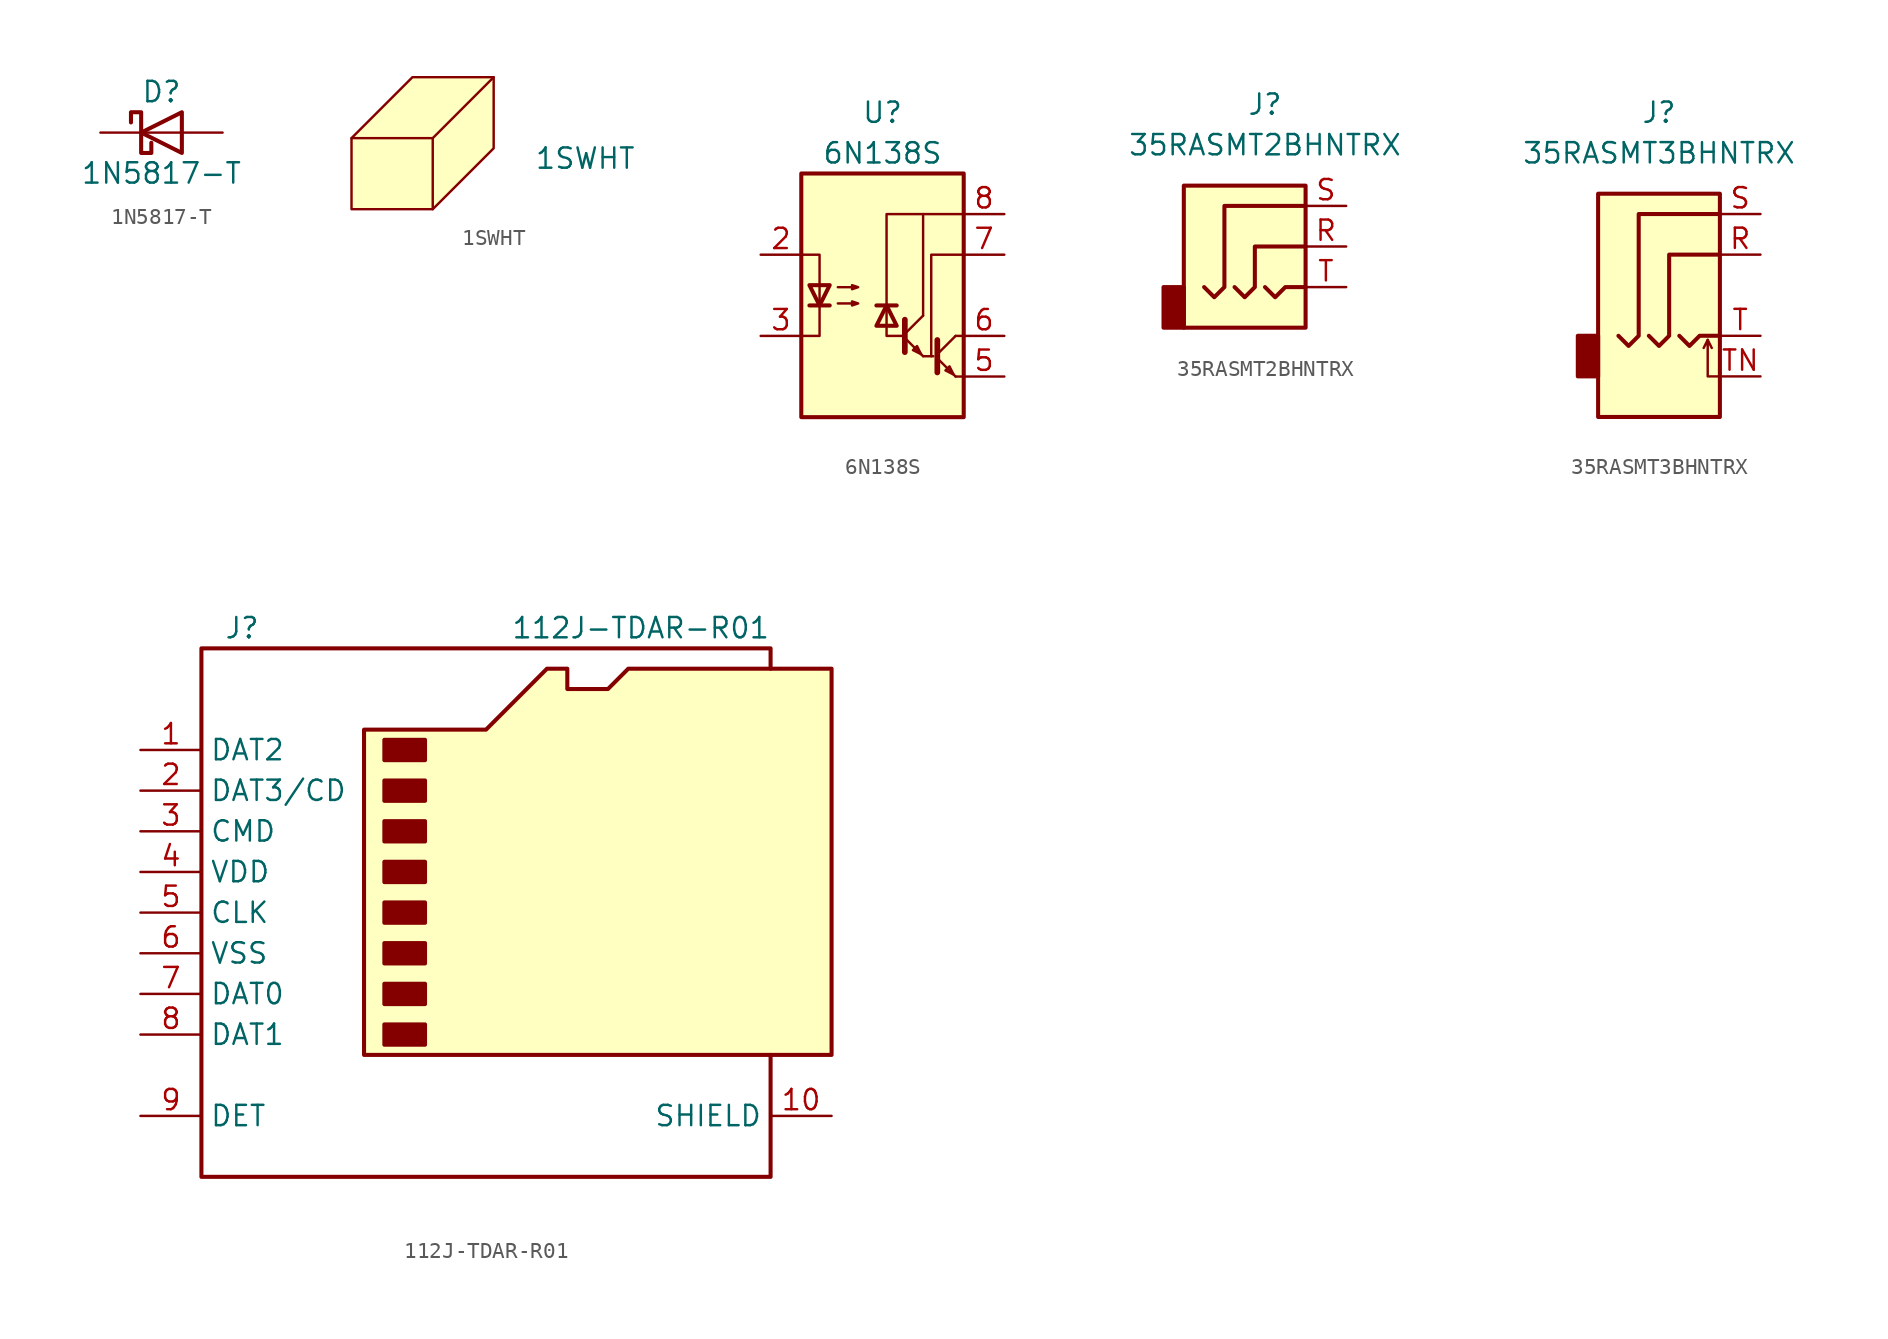
<source format=kicad_sym>
(kicad_symbol_lib
  (version 20220914)
  (generator kicad_symbol_editor)
  (symbol "1N5817-T"
    (pin_numbers hide)
    (pin_names
      (offset 1.016) hide)
    (property "Reference" "D"
      (at 0 2.54 0)
      (effects (font (size 1.27 1.27))))
    (property "Value" "1N5817-T"
      (at 0 -2.54 0)
      (effects (font (size 1.27 1.27))))
    (symbol "1N5817-T_0_1"
      (polyline (pts (xy 1.27 0) (xy -1.27 0)) (stroke (width 0) (type default)) (fill (type none)))
      (polyline (pts (xy 1.27 1.27) (xy 1.27 -1.27) (xy -1.27 0) (xy 1.27 1.27)) (stroke (width 0.254) (type default)) (fill (type none)))
      (polyline (pts (xy -1.905 0.635) (xy -1.905 1.27) (xy -1.27 1.27) (xy -1.27 -1.27) (xy -0.635 -1.27) (xy -0.635 -0.635)) (stroke (width 0.254) (type default)) (fill (type none))))
    (symbol "1N5817-T_1_1"
      (pin passive line (at -3.81 0 0) (length 2.54) (name "K" (effects (font (size 1.27 1.27)))) (number "1" (effects (font (size 1.27 1.27)))))
      (pin passive line (at 3.81 0 180) (length 2.54) (name "A" (effects (font (size 1.27 1.27)))) (number "2" (effects (font (size 1.27 1.27)))))))
  (symbol "1SWHT"
    (pin_numbers hide)
    (pin_names
      (offset 0) hide)
    (property "Reference" "BC"
      (at 3.81 0 0)
      (effects (font (size 1.27 1.27)) (justify left) hide))
    (property "Value" "1SWHT"
      (at 3.81 -1.905 0)
      (effects (font (size 1.27 1.27)) (justify left)))
    (symbol "1SWHT_0_1"
      (polyline (pts (xy -2.54 -0.635) (xy -2.54 -5.08)) (stroke (width 0) (type default)) (fill (type none)))
      (polyline (pts (xy -7.62 -0.635) (xy -2.54 -0.635) (xy 1.27 3.175)) (stroke (width 0) (type default)) (fill (type none)))
      (polyline (pts (xy -7.62 -0.635) (xy -7.62 -5.08) (xy -2.54 -5.08) (xy 1.27 -1.27) (xy 1.27 3.175) (xy -3.81 3.175) (xy -7.62 -0.635)) (stroke (width 0) (type default)) (fill (type background)))))
  (symbol "6N138S"
    (pin_names
      (offset 1.016) hide)
    (property "Reference" "U"
      (at 0 11.43 0)
      (effects (font (size 1.27 1.27))))
    (property "Value" "6N138S"
      (at 0 8.89 0)
      (effects (font (size 1.27 1.27))))
    (symbol "6N138S_0_1"
      (rectangle (start -5.08 7.62) (end 5.08 -7.62) (stroke (width 0.254) (type default)) (fill (type background)))
      (polyline (pts (xy -4.572 -0.635) (xy -3.302 -0.635)) (stroke (width 0.254) (type default)) (fill (type none)))
      (polyline (pts (xy 0.889 -0.635) (xy -0.381 -0.635)) (stroke (width 0.254) (type default)) (fill (type none)))
      (polyline (pts (xy 1.397 -2.667) (xy 2.54 -3.81)) (stroke (width 0) (type default)) (fill (type none)))
      (polyline (pts (xy 1.397 -2.413) (xy 2.54 -1.27)) (stroke (width 0) (type default)) (fill (type none)))
      (polyline (pts (xy 2.54 -3.81) (xy 3.175 -3.81)) (stroke (width 0) (type default)) (fill (type none)))
      (polyline (pts (xy 3.429 -3.937) (xy 4.572 -5.08)) (stroke (width 0) (type default)) (fill (type none)))
      (polyline (pts (xy 3.429 -3.683) (xy 4.572 -2.54)) (stroke (width 0) (type default)) (fill (type none)))
      (polyline (pts (xy 4.572 -5.08) (xy 5.08 -5.08)) (stroke (width 0) (type default)) (fill (type none)))
      (polyline (pts (xy 4.572 -2.54) (xy 5.08 -2.54)) (stroke (width 0) (type default)) (fill (type none)))
      (polyline (pts (xy 1.397 -1.524) (xy 1.397 -3.556) (xy 1.397 -3.556)) (stroke (width 0.356) (type default)) (fill (type none)))
      (polyline (pts (xy 2.54 -1.27) (xy 2.54 5.08) (xy 5.08 5.08)) (stroke (width 0) (type default)) (fill (type none)))
      (polyline (pts (xy 3.429 -2.794) (xy 3.429 -4.826) (xy 3.429 -4.826)) (stroke (width 0.356) (type default)) (fill (type none)))
      (polyline (pts (xy 5.08 2.54) (xy 3.048 2.54) (xy 3.048 -3.81)) (stroke (width 0) (type default)) (fill (type none)))
      (polyline (pts (xy -5.08 -2.54) (xy -3.937 -2.54) (xy -3.937 2.54) (xy -5.08 2.54)) (stroke (width 0) (type default)) (fill (type none)))
      (polyline (pts (xy -3.937 -0.635) (xy -4.572 0.635) (xy -3.302 0.635) (xy -3.937 -0.635)) (stroke (width 0.254) (type default)) (fill (type none)))
      (polyline (pts (xy 0.254 -0.635) (xy 0.889 -1.905) (xy -0.381 -1.905) (xy 0.254 -0.635)) (stroke (width 0.254) (type default)) (fill (type none)))
      (polyline (pts (xy 1.27 -2.54) (xy 0.254 -2.54) (xy 0.254 5.08) (xy 2.54 5.08)) (stroke (width 0) (type default)) (fill (type none)))
      (polyline (pts (xy 2.413 -3.683) (xy 2.159 -3.175) (xy 1.905 -3.429) (xy 2.413 -3.683)) (stroke (width 0) (type default)) (fill (type none)))
      (polyline (pts (xy 4.445 -4.953) (xy 4.191 -4.445) (xy 3.937 -4.699) (xy 4.445 -4.953)) (stroke (width 0) (type default)) (fill (type none)))
      (polyline (pts (xy -2.794 -0.508) (xy -1.524 -0.508) (xy -1.905 -0.635) (xy -1.905 -0.381) (xy -1.524 -0.508)) (stroke (width 0) (type default)) (fill (type none)))
      (polyline (pts (xy -2.794 0.508) (xy -1.524 0.508) (xy -1.905 0.381) (xy -1.905 0.635) (xy -1.524 0.508)) (stroke (width 0) (type default)) (fill (type none))))
    (symbol "6N138S_1_1"
      (pin no_connect line (at -5.08 5.08 0) (length 2.54) hide (name "NC" (effects (font (size 1.27 1.27)))) (number "1" (effects (font (size 1.27 1.27)))))
      (pin passive line (at -7.62 2.54 0) (length 2.54) (name "C1" (effects (font (size 1.27 1.27)))) (number "2" (effects (font (size 1.27 1.27)))))
      (pin passive line (at -7.62 -2.54 0) (length 2.54) (name "C2" (effects (font (size 1.27 1.27)))) (number "3" (effects (font (size 1.27 1.27)))))
      (pin no_connect line (at -5.08 -5.08 0) (length 2.54) hide (name "NC" (effects (font (size 1.27 1.27)))) (number "4" (effects (font (size 1.27 1.27)))))
      (pin passive line (at 7.62 -5.08 180) (length 2.54) (name "GND" (effects (font (size 1.27 1.27)))) (number "5" (effects (font (size 1.27 1.27)))))
      (pin passive line (at 7.62 -2.54 180) (length 2.54) (name "VO2" (effects (font (size 1.27 1.27)))) (number "6" (effects (font (size 1.27 1.27)))))
      (pin passive line (at 7.62 2.54 180) (length 2.54) (name "VO1" (effects (font (size 1.27 1.27)))) (number "7" (effects (font (size 1.27 1.27)))))
      (pin passive line (at 7.62 5.08 180) (length 2.54) (name "VCC" (effects (font (size 1.27 1.27)))) (number "8" (effects (font (size 1.27 1.27)))))))
  (symbol "35RASMT2BHNTRX"
    (pin_names hide)
    (property "Reference" "J"
      (at 0 8.89 0)
      (effects (font (size 1.27 1.27))))
    (property "Value" "35RASMT2BHNTRX"
      (at 0 6.35 0)
      (effects (font (size 1.27 1.27))))
    (symbol "35RASMT2BHNTRX_0_1"
      (rectangle (start -5.08 -5.08) (end -6.35 -2.54) (stroke (width 0.254) (type default)) (fill (type outline)))
      (rectangle (start -5.08 3.81) (end 2.54 -5.08) (stroke (width 0.254) (type default)) (fill (type background)))
      (polyline (pts (xy 0 -2.54) (xy 0.635 -3.175) (xy 1.27 -2.54) (xy 2.54 -2.54)) (stroke (width 0.254) (type default)) (fill (type none)))
      (polyline (pts (xy -1.905 -2.54) (xy -1.27 -3.175) (xy -0.635 -2.54) (xy -0.635 0) (xy 2.54 0)) (stroke (width 0.254) (type default)) (fill (type none)))
      (polyline (pts (xy 2.54 2.54) (xy -2.54 2.54) (xy -2.54 -2.54) (xy -3.175 -3.175) (xy -3.81 -2.54)) (stroke (width 0.254) (type default)) (fill (type none))))
    (symbol "35RASMT2BHNTRX_1_1"
      (pin passive line (at 5.08 0 180) (length 2.54) (name "R" (effects (font (size 1.27 1.27)))) (number "R" (effects (font (size 1.27 1.27)))))
      (pin passive line (at 5.08 2.54 180) (length 2.54) (name "S" (effects (font (size 1.27 1.27)))) (number "S" (effects (font (size 1.27 1.27)))))
      (pin passive line (at 5.08 -2.54 180) (length 2.54) (name "T" (effects (font (size 1.27 1.27)))) (number "T" (effects (font (size 1.27 1.27)))))))
  (symbol "35RASMT3BHNTRX"
    (pin_names hide)
    (property "Reference" "J"
      (at 0 8.89 0)
      (effects (font (size 1.27 1.27))))
    (property "Value" "35RASMT3BHNTRX"
      (at 0 6.35 0)
      (effects (font (size 1.27 1.27))))
    (symbol "35RASMT3BHNTRX_0_1"
      (rectangle (start -3.81 -5.08) (end -5.08 -7.62) (stroke (width 0.254) (type default)) (fill (type outline)))
      (polyline (pts (xy 3.048 -5.334) (xy 3.302 -5.842)) (stroke (width 0) (type default)) (fill (type none)))
      (polyline (pts (xy 1.27 -5.08) (xy 1.905 -5.715) (xy 2.54 -5.08) (xy 3.81 -5.08)) (stroke (width 0.254) (type default)) (fill (type none)))
      (polyline (pts (xy 3.81 -7.62) (xy 3.048 -7.62) (xy 3.048 -5.334) (xy 2.794 -5.842)) (stroke (width 0) (type default)) (fill (type none)))
      (polyline (pts (xy -0.635 -5.08) (xy 0 -5.715) (xy 0.635 -5.08) (xy 0.635 0) (xy 3.81 0)) (stroke (width 0.254) (type default)) (fill (type none)))
      (polyline (pts (xy 3.81 2.54) (xy -1.27 2.54) (xy -1.27 -5.08) (xy -1.905 -5.715) (xy -2.54 -5.08)) (stroke (width 0.254) (type default)) (fill (type none)))
      (rectangle (start 3.81 3.81) (end -3.81 -10.16) (stroke (width 0.254) (type default)) (fill (type background))))
    (symbol "35RASMT3BHNTRX_1_1"
      (pin passive line (at 6.35 0 180) (length 2.54) (name "~" (effects (font (size 1.27 1.27)))) (number "R" (effects (font (size 1.27 1.27)))))
      (pin passive line (at 6.35 2.54 180) (length 2.54) (name "~" (effects (font (size 1.27 1.27)))) (number "S" (effects (font (size 1.27 1.27)))))
      (pin passive line (at 6.35 -5.08 180) (length 2.54) (name "~" (effects (font (size 1.27 1.27)))) (number "T" (effects (font (size 1.27 1.27)))))
      (pin passive line (at 6.35 -7.62 180) (length 2.54) (name "~" (effects (font (size 1.27 1.27)))) (number "TN" (effects (font (size 1.27 1.27)))))))
  (symbol "112J-TDAR-R01"
    (property "Reference" "J"
      (at -16.51 17.78 0)
      (effects (font (size 1.27 1.27))))
    (property "Value" "112J-TDAR-R01"
      (at 16.51 17.78 0)
      (effects (font (size 1.27 1.27)) (justify right)))
    (symbol "112J-TDAR-R01_0_1"
      (rectangle (start -7.62 -6.985) (end -5.08 -8.255) (stroke (width 0.254) (type default)) (fill (type outline)))
      (rectangle (start -7.62 -4.445) (end -5.08 -5.715) (stroke (width 0.254) (type default)) (fill (type outline)))
      (rectangle (start -7.62 -1.905) (end -5.08 -3.175) (stroke (width 0.254) (type default)) (fill (type outline)))
      (rectangle (start -7.62 0.635) (end -5.08 -0.635) (stroke (width 0.254) (type default)) (fill (type outline)))
      (rectangle (start -7.62 3.175) (end -5.08 1.905) (stroke (width 0.254) (type default)) (fill (type outline)))
      (rectangle (start -7.62 5.715) (end -5.08 4.445) (stroke (width 0.254) (type default)) (fill (type outline)))
      (rectangle (start -7.62 8.255) (end -5.08 6.985) (stroke (width 0.254) (type default)) (fill (type outline)))
      (rectangle (start -7.62 10.795) (end -5.08 9.525) (stroke (width 0.254) (type default)) (fill (type outline)))
      (polyline (pts (xy 16.51 15.24) (xy 16.51 16.51) (xy -19.05 16.51) (xy -19.05 -16.51) (xy 16.51 -16.51) (xy 16.51 -8.89)) (stroke (width 0.254) (type default)) (fill (type none)))
      (polyline (pts (xy -8.89 -8.89) (xy -8.89 11.43) (xy -1.27 11.43) (xy 2.54 15.24) (xy 3.81 15.24) (xy 3.81 13.97) (xy 6.35 13.97) (xy 7.62 15.24) (xy 20.32 15.24) (xy 20.32 -8.89) (xy -8.89 -8.89)) (stroke (width 0.254) (type default)) (fill (type background))))
    (symbol "112J-TDAR-R01_1_1"
      (pin bidirectional line (at -22.86 10.16 0) (length 3.81) (name "DAT2" (effects (font (size 1.27 1.27)))) (number "1" (effects (font (size 1.27 1.27)))))
      (pin passive line (at 20.32 -12.7 180) (length 3.81) (name "SHIELD" (effects (font (size 1.27 1.27)))) (number "10" (effects (font (size 1.27 1.27)))))
      (pin bidirectional line (at -22.86 7.62 0) (length 3.81) (name "DAT3/CD" (effects (font (size 1.27 1.27)))) (number "2" (effects (font (size 1.27 1.27)))))
      (pin input line (at -22.86 5.08 0) (length 3.81) (name "CMD" (effects (font (size 1.27 1.27)))) (number "3" (effects (font (size 1.27 1.27)))))
      (pin power_in line (at -22.86 2.54 0) (length 3.81) (name "VDD" (effects (font (size 1.27 1.27)))) (number "4" (effects (font (size 1.27 1.27)))))
      (pin input line (at -22.86 0 0) (length 3.81) (name "CLK" (effects (font (size 1.27 1.27)))) (number "5" (effects (font (size 1.27 1.27)))))
      (pin power_in line (at -22.86 -2.54 0) (length 3.81) (name "VSS" (effects (font (size 1.27 1.27)))) (number "6" (effects (font (size 1.27 1.27)))))
      (pin bidirectional line (at -22.86 -5.08 0) (length 3.81) (name "DAT0" (effects (font (size 1.27 1.27)))) (number "7" (effects (font (size 1.27 1.27)))))
      (pin bidirectional line (at -22.86 -7.62 0) (length 3.81) (name "DAT1" (effects (font (size 1.27 1.27)))) (number "8" (effects (font (size 1.27 1.27)))))
      (pin passive line (at -22.86 -12.7 0) (length 3.81) (name "DET" (effects (font (size 1.27 1.27)))) (number "9" (effects (font (size 1.27 1.27))))))))
</source>
